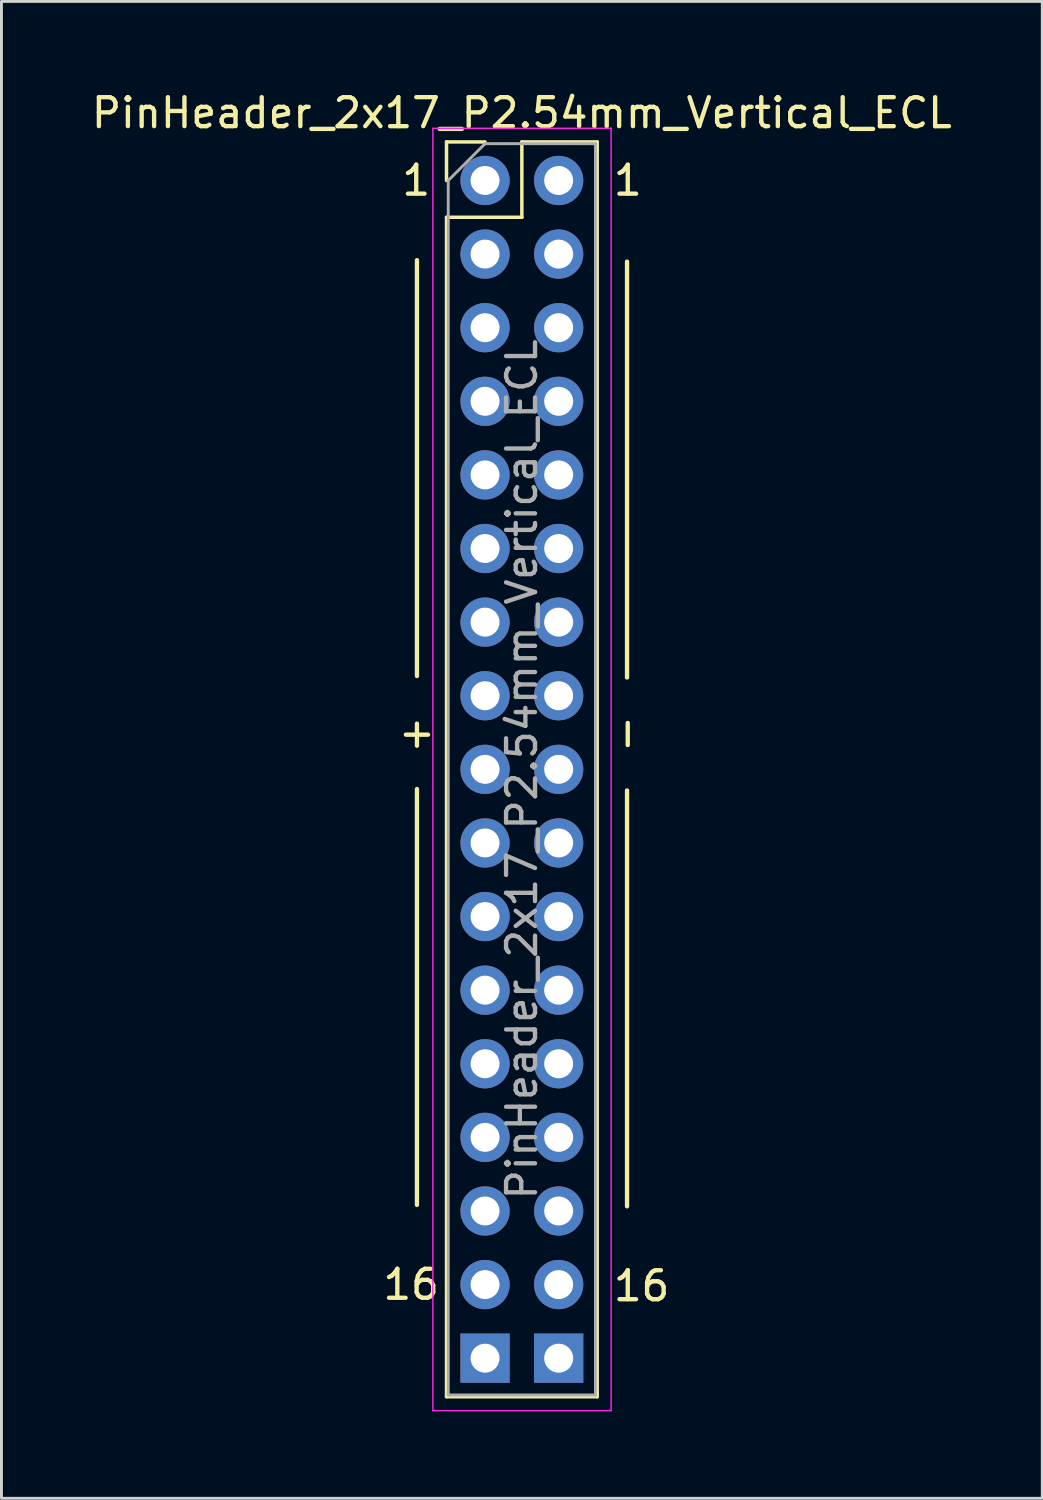
<source format=kicad_pcb>
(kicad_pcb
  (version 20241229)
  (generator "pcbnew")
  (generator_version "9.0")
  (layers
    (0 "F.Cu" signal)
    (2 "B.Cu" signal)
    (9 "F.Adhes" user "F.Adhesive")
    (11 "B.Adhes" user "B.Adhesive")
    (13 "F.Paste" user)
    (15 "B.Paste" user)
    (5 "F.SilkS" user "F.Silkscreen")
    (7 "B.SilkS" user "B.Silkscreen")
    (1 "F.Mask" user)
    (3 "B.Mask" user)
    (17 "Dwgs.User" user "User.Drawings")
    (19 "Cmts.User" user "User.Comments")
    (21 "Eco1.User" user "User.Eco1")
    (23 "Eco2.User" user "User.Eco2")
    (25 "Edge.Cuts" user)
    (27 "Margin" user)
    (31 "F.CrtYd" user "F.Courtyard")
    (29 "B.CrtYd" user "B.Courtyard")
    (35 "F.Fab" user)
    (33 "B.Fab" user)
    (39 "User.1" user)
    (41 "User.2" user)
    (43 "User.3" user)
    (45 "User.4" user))
  (footprint "PinHeader_2x17_P2.54mm_Vertical_ECL"
    (layer "F.Cu")
    (at 13.688 3.178)
    (property "Reference" "PinHeader_2x17_P2.54mm_Vertical_ECL" (at 1.27 -2.33 0) (layer "F.SilkS") (effects (font (size 1 1) (thickness 0.15))))
    (attr through_hole)
    (fp_line (start -2.35 2.75) (end -2.35 17.1) (stroke (width 0.15) (type default)) (layer "F.SilkS"))
    (fp_line (start -2.35 21) (end -2.35 35.35) (stroke (width 0.15) (type default)) (layer "F.SilkS"))
    (fp_line (start -1.33 -1.33) (end 0 -1.33) (stroke (width 0.12) (type solid)) (layer "F.SilkS"))
    (fp_line (start -1.33 0) (end -1.33 -1.33) (stroke (width 0.12) (type solid)) (layer "F.SilkS"))
    (fp_line (start -1.33 1.27) (end -1.33 41.97) (stroke (width 0.12) (type solid)) (layer "F.SilkS"))
    (fp_line (start -1.33 1.27) (end 1.27 1.27) (stroke (width 0.12) (type solid)) (layer "F.SilkS"))
    (fp_line (start -1.33 41.97) (end 3.87 41.97) (stroke (width 0.12) (type solid)) (layer "F.SilkS"))
    (fp_line (start 1.27 -1.33) (end 3.87 -1.33) (stroke (width 0.12) (type solid)) (layer "F.SilkS"))
    (fp_line (start 1.27 1.27) (end 1.27 -1.33) (stroke (width 0.12) (type solid)) (layer "F.SilkS"))
    (fp_line (start 3.87 -1.33) (end 3.87 41.97) (stroke (width 0.12) (type solid)) (layer "F.SilkS"))
    (fp_line (start 4.9 2.8) (end 4.9 17.15) (stroke (width 0.15) (type default)) (layer "F.SilkS"))
    (fp_line (start 4.9 21.05) (end 4.9 35.4) (stroke (width 0.15) (type default)) (layer "F.SilkS"))
    (fp_line (start -1.8 -1.8) (end -1.8 42.45) (stroke (width 0.05) (type solid)) (layer "F.CrtYd"))
    (fp_line (start -1.8 42.45) (end 4.35 42.45) (stroke (width 0.05) (type solid)) (layer "F.CrtYd"))
    (fp_line (start 4.35 -1.8) (end -1.8 -1.8) (stroke (width 0.05) (type solid)) (layer "F.CrtYd"))
    (fp_line (start 4.35 42.45) (end 4.35 -1.8) (stroke (width 0.05) (type solid)) (layer "F.CrtYd"))
    (fp_line (start -1.27 0) (end 0 -1.27) (stroke (width 0.1) (type solid)) (layer "F.Fab"))
    (fp_line (start -1.27 41.91) (end -1.27 0) (stroke (width 0.1) (type solid)) (layer "F.Fab"))
    (fp_line (start 0 -1.27) (end 3.81 -1.27) (stroke (width 0.1) (type solid)) (layer "F.Fab"))
    (fp_line (start 3.81 -1.27) (end 3.81 41.91) (stroke (width 0.1) (type solid)) (layer "F.Fab"))
    (fp_line (start 3.81 41.91) (end -1.27 41.91) (stroke (width 0.1) (type solid)) (layer "F.Fab"))
    (fp_text user "1" (at 4.35 0 0) (unlocked yes) (layer "F.SilkS") (effects (font (size 1 1) (thickness 0.15)) (justify left)))
    (fp_text user "16" (at -1.5 38.1 0) (unlocked yes) (layer "F.SilkS") (effects (font (size 1 1) (thickness 0.15)) (justify right)))
    (fp_text user "1" (at -1.8 0 0) (unlocked yes) (layer "F.SilkS") (effects (font (size 1 1) (thickness 0.15)) (justify right)))
    (fp_text user "+" (at -2.35 19.05 0) (unlocked yes) (layer "F.SilkS") (effects (font (size 1 1) (thickness 0.15))))
    (fp_text user "16" (at 4.35 38.15 0) (unlocked yes) (layer "F.SilkS") (effects (font (size 1 1) (thickness 0.15)) (justify left)))
    (fp_text user "-" (at 4.85 19.1 90) (unlocked yes) (layer "F.SilkS") (effects (font (size 1 1) (thickness 0.15))))
    (fp_text user "${REFERENCE}" (at 1.27 20.32 270) (layer "F.Fab") (effects (font (size 1 1) (thickness 0.15))))
    (pad "1" thru_hole circle (at 0 0) (size 1.7 1.7) (drill 1) (layers "*.Cu" "*.Mask"))
    (pad "2" thru_hole oval (at 2.54 0) (size 1.7 1.7) (drill 1) (layers "*.Cu" "*.Mask"))
    (pad "3" thru_hole oval (at 0 2.54) (size 1.7 1.7) (drill 1) (layers "*.Cu" "*.Mask"))
    (pad "4" thru_hole oval (at 2.54 2.54) (size 1.7 1.7) (drill 1) (layers "*.Cu" "*.Mask"))
    (pad "5" thru_hole oval (at 0 5.08) (size 1.7 1.7) (drill 1) (layers "*.Cu" "*.Mask"))
    (pad "6" thru_hole oval (at 2.54 5.08) (size 1.7 1.7) (drill 1) (layers "*.Cu" "*.Mask"))
    (pad "7" thru_hole oval (at 0 7.62) (size 1.7 1.7) (drill 1) (layers "*.Cu" "*.Mask"))
    (pad "8" thru_hole oval (at 2.54 7.62) (size 1.7 1.7) (drill 1) (layers "*.Cu" "*.Mask"))
    (pad "9" thru_hole oval (at 0 10.16) (size 1.7 1.7) (drill 1) (layers "*.Cu" "*.Mask"))
    (pad "10" thru_hole oval (at 2.54 10.16) (size 1.7 1.7) (drill 1) (layers "*.Cu" "*.Mask"))
    (pad "11" thru_hole oval (at 0 12.7) (size 1.7 1.7) (drill 1) (layers "*.Cu" "*.Mask"))
    (pad "12" thru_hole oval (at 2.54 12.7) (size 1.7 1.7) (drill 1) (layers "*.Cu" "*.Mask"))
    (pad "13" thru_hole oval (at 0 15.24) (size 1.7 1.7) (drill 1) (layers "*.Cu" "*.Mask"))
    (pad "14" thru_hole oval (at 2.54 15.24) (size 1.7 1.7) (drill 1) (layers "*.Cu" "*.Mask"))
    (pad "15" thru_hole oval (at 0 17.78) (size 1.7 1.7) (drill 1) (layers "*.Cu" "*.Mask"))
    (pad "16" thru_hole oval (at 2.54 17.78) (size 1.7 1.7) (drill 1) (layers "*.Cu" "*.Mask"))
    (pad "17" thru_hole oval (at 0 20.32) (size 1.7 1.7) (drill 1) (layers "*.Cu" "*.Mask"))
    (pad "18" thru_hole oval (at 2.54 20.32) (size 1.7 1.7) (drill 1) (layers "*.Cu" "*.Mask"))
    (pad "19" thru_hole oval (at 0 22.86) (size 1.7 1.7) (drill 1) (layers "*.Cu" "*.Mask"))
    (pad "20" thru_hole oval (at 2.54 22.86) (size 1.7 1.7) (drill 1) (layers "*.Cu" "*.Mask"))
    (pad "21" thru_hole oval (at 0 25.4) (size 1.7 1.7) (drill 1) (layers "*.Cu" "*.Mask"))
    (pad "22" thru_hole oval (at 2.54 25.4) (size 1.7 1.7) (drill 1) (layers "*.Cu" "*.Mask"))
    (pad "23" thru_hole oval (at 0 27.94) (size 1.7 1.7) (drill 1) (layers "*.Cu" "*.Mask"))
    (pad "24" thru_hole oval (at 2.54 27.94) (size 1.7 1.7) (drill 1) (layers "*.Cu" "*.Mask"))
    (pad "25" thru_hole oval (at 0 30.48) (size 1.7 1.7) (drill 1) (layers "*.Cu" "*.Mask"))
    (pad "26" thru_hole oval (at 2.54 30.48) (size 1.7 1.7) (drill 1) (layers "*.Cu" "*.Mask"))
    (pad "27" thru_hole oval (at 0 33.02) (size 1.7 1.7) (drill 1) (layers "*.Cu" "*.Mask"))
    (pad "28" thru_hole oval (at 2.54 33.02) (size 1.7 1.7) (drill 1) (layers "*.Cu" "*.Mask"))
    (pad "29" thru_hole oval (at 0 35.56) (size 1.7 1.7) (drill 1) (layers "*.Cu" "*.Mask"))
    (pad "30" thru_hole oval (at 2.54 35.56) (size 1.7 1.7) (drill 1) (layers "*.Cu" "*.Mask"))
    (pad "31" thru_hole oval (at 0 38.1) (size 1.7 1.7) (drill 1) (layers "*.Cu" "*.Mask"))
    (pad "32" thru_hole oval (at 2.54 38.1) (size 1.7 1.7) (drill 1) (layers "*.Cu" "*.Mask"))
    (pad "33" thru_hole rect (at 0 40.64) (size 1.7 1.7) (drill 1) (layers "*.Cu" "*.Mask"))
    (pad "34" thru_hole rect (at 2.54 40.64) (size 1.7 1.7) (drill 1) (layers "*.Cu" "*.Mask")))
  (gr_rect
    (start -3 -3)
    (end 32.917 48.653)
    (stroke (width 0.1) (type default))
    (fill no)
    (layer "Edge.Cuts")))
</source>
